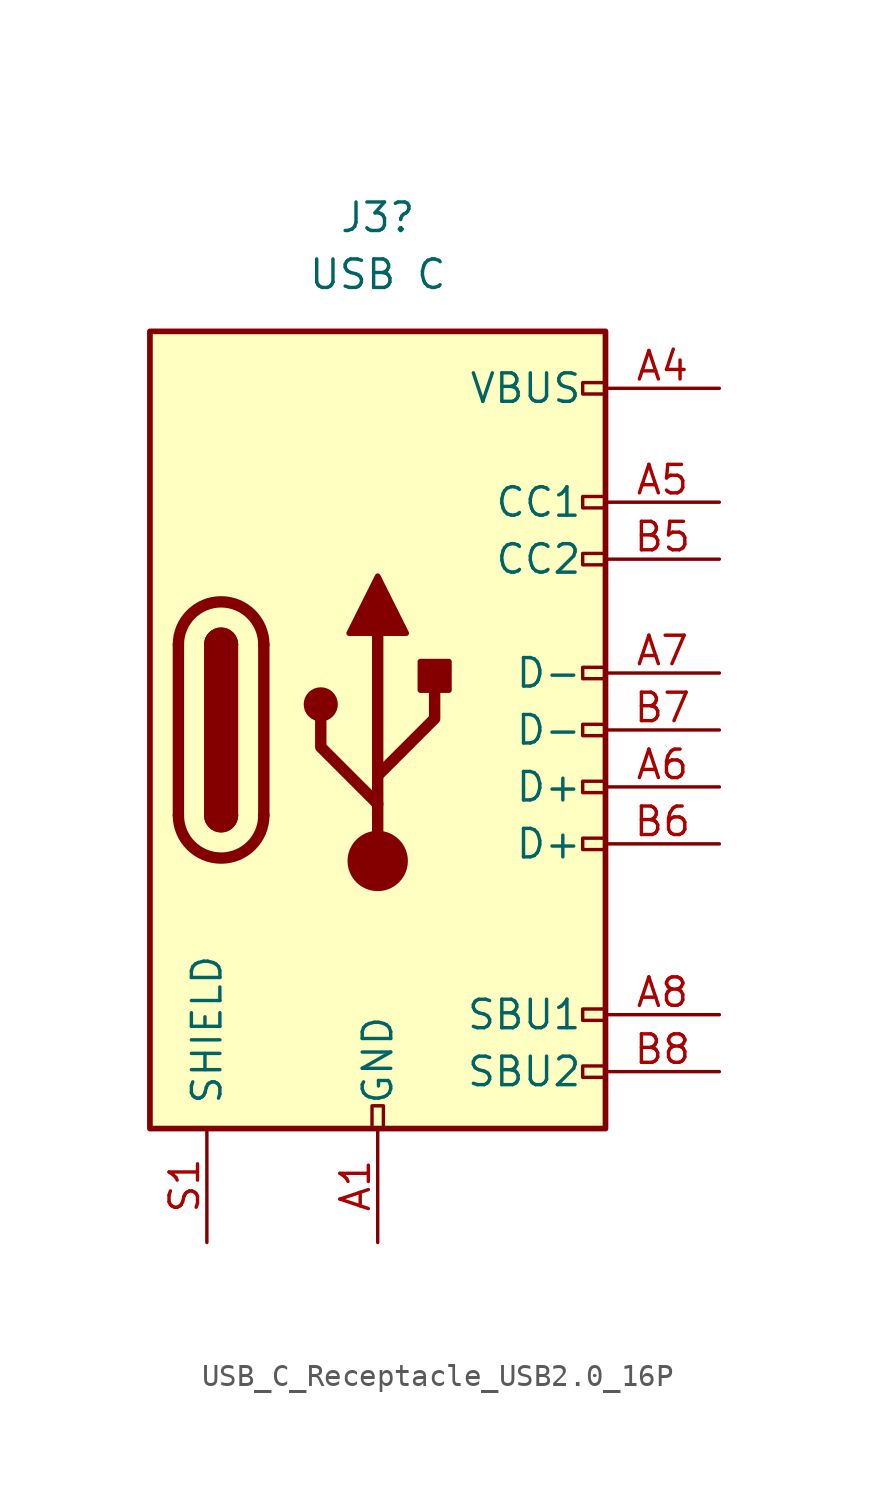
<source format=kicad_sym>
(kicad_symbol_lib
  (version 20241209)
  (generator "kicad_symbol_editor")
  (generator_version "9.0")
  (symbol "USB_C_Receptacle_USB2.0_16P"
    (pin_names
      (offset 1.016))
    (property "Reference" "J3"
      (at 0 22.86 0)
      (effects (font (size 1.27 1.27))))
    (property "Value" "USB C"
      (at 0 20.32 0)
      (effects (font (size 1.27 1.27))))
    (symbol "USB_C_Receptacle_USB2.0_16P_0_0"
      (rectangle (start -0.254 -17.78) (end 0.254 -16.764) (stroke (width 0) (type default)) (fill (type none)))
      (rectangle (start 10.16 15.494) (end 9.144 14.986) (stroke (width 0) (type default)) (fill (type none)))
      (rectangle (start 10.16 10.414) (end 9.144 9.906) (stroke (width 0) (type default)) (fill (type none)))
      (rectangle (start 10.16 7.874) (end 9.144 7.366) (stroke (width 0) (type default)) (fill (type none)))
      (rectangle (start 10.16 2.794) (end 9.144 2.286) (stroke (width 0) (type default)) (fill (type none)))
      (rectangle (start 10.16 0.254) (end 9.144 -0.254) (stroke (width 0) (type default)) (fill (type none)))
      (rectangle (start 10.16 -2.286) (end 9.144 -2.794) (stroke (width 0) (type default)) (fill (type none)))
      (rectangle (start 10.16 -4.826) (end 9.144 -5.334) (stroke (width 0) (type default)) (fill (type none)))
      (rectangle (start 10.16 -12.446) (end 9.144 -12.954) (stroke (width 0) (type default)) (fill (type none)))
      (rectangle (start 10.16 -14.986) (end 9.144 -15.494) (stroke (width 0) (type default)) (fill (type none))))
    (symbol "USB_C_Receptacle_USB2.0_16P_0_1"
      (rectangle (start -10.16 17.78) (end 10.16 -17.78) (stroke (width 0.254) (type default)) (fill (type background)))
      (polyline (pts (xy -8.89 -3.81) (xy -8.89 3.81)) (stroke (width 0.508) (type default)) (fill (type none)))
      (rectangle (start -7.62 -3.81) (end -6.35 3.81) (stroke (width 0.254) (type default)) (fill (type outline)))
      (arc (start -7.62 3.81) (mid -6.985 4.4423) (end -6.35 3.81) (stroke (width 0.254) (type default)) (fill (type none)))
      (arc (start -7.62 3.81) (mid -6.985 4.4423) (end -6.35 3.81) (stroke (width 0.254) (type default)) (fill (type outline)))
      (arc (start -8.89 3.81) (mid -6.985 5.7067) (end -5.08 3.81) (stroke (width 0.508) (type default)) (fill (type none)))
      (arc (start -5.08 -3.81) (mid -6.985 -5.7067) (end -8.89 -3.81) (stroke (width 0.508) (type default)) (fill (type none)))
      (arc (start -6.35 -3.81) (mid -6.985 -4.4423) (end -7.62 -3.81) (stroke (width 0.254) (type default)) (fill (type none)))
      (arc (start -6.35 -3.81) (mid -6.985 -4.4423) (end -7.62 -3.81) (stroke (width 0.254) (type default)) (fill (type outline)))
      (polyline (pts (xy -5.08 3.81) (xy -5.08 -3.81)) (stroke (width 0.508) (type default)) (fill (type none)))
      (circle (center -2.54 1.143) (radius 0.635) (stroke (width 0.254) (type default)) (fill (type outline)))
      (polyline (pts (xy -1.27 4.318) (xy 0 6.858) (xy 1.27 4.318) (xy -1.27 4.318)) (stroke (width 0.254) (type default)) (fill (type outline)))
      (polyline (pts (xy 0 -2.032) (xy 2.54 0.508) (xy 2.54 1.778)) (stroke (width 0.508) (type default)) (fill (type none)))
      (polyline (pts (xy 0 -3.302) (xy -2.54 -0.762) (xy -2.54 0.508)) (stroke (width 0.508) (type default)) (fill (type none)))
      (polyline (pts (xy 0 -5.842) (xy 0 4.318)) (stroke (width 0.508) (type default)) (fill (type none)))
      (circle (center 0 -5.842) (radius 1.27) (stroke (width 0) (type default)) (fill (type outline)))
      (rectangle (start 1.905 1.778) (end 3.175 3.048) (stroke (width 0.254) (type default)) (fill (type outline))))
    (symbol "USB_C_Receptacle_USB2.0_16P_1_1"
      (pin passive line (at -7.62 -22.86 90) (length 5.08) (name "SHIELD" (effects (font (size 1.27 1.27)))) (number "S1" (effects (font (size 1.27 1.27)))))
      (pin passive line (at 0 -22.86 90) (length 5.08) (name "GND" (effects (font (size 1.27 1.27)))) (number "A1" (effects (font (size 1.27 1.27)))))
      (pin passive line (at 0 -22.86 90) (length 5.08) (hide yes) (name "GND" (effects (font (size 1.27 1.27)))) (number "A12" (effects (font (size 1.27 1.27)))))
      (pin passive line (at 0 -22.86 90) (length 5.08) (hide yes) (name "GND" (effects (font (size 1.27 1.27)))) (number "B1" (effects (font (size 1.27 1.27)))))
      (pin passive line (at 0 -22.86 90) (length 5.08) (hide yes) (name "GND" (effects (font (size 1.27 1.27)))) (number "B12" (effects (font (size 1.27 1.27)))))
      (pin power_out line (at 15.24 15.24 180) (length 5.08) (name "VBUS" (effects (font (size 1.27 1.27)))) (number "A4" (effects (font (size 1.27 1.27)))))
      (pin passive line (at 15.24 15.24 180) (length 5.08) (hide yes) (name "VBUS" (effects (font (size 1.27 1.27)))) (number "A9" (effects (font (size 1.27 1.27)))))
      (pin passive line (at 15.24 15.24 180) (length 5.08) (hide yes) (name "VBUS" (effects (font (size 1.27 1.27)))) (number "B4" (effects (font (size 1.27 1.27)))))
      (pin passive line (at 15.24 15.24 180) (length 5.08) (hide yes) (name "VBUS" (effects (font (size 1.27 1.27)))) (number "B9" (effects (font (size 1.27 1.27)))))
      (pin bidirectional line (at 15.24 10.16 180) (length 5.08) (name "CC1" (effects (font (size 1.27 1.27)))) (number "A5" (effects (font (size 1.27 1.27)))))
      (pin bidirectional line (at 15.24 7.62 180) (length 5.08) (name "CC2" (effects (font (size 1.27 1.27)))) (number "B5" (effects (font (size 1.27 1.27)))))
      (pin bidirectional line (at 15.24 2.54 180) (length 5.08) (name "D-" (effects (font (size 1.27 1.27)))) (number "A7" (effects (font (size 1.27 1.27)))))
      (pin bidirectional line (at 15.24 0 180) (length 5.08) (name "D-" (effects (font (size 1.27 1.27)))) (number "B7" (effects (font (size 1.27 1.27)))))
      (pin bidirectional line (at 15.24 -2.54 180) (length 5.08) (name "D+" (effects (font (size 1.27 1.27)))) (number "A6" (effects (font (size 1.27 1.27)))))
      (pin bidirectional line (at 15.24 -5.08 180) (length 5.08) (name "D+" (effects (font (size 1.27 1.27)))) (number "B6" (effects (font (size 1.27 1.27)))))
      (pin bidirectional line (at 15.24 -12.7 180) (length 5.08) (name "SBU1" (effects (font (size 1.27 1.27)))) (number "A8" (effects (font (size 1.27 1.27)))))
      (pin bidirectional line (at 15.24 -15.24 180) (length 5.08) (name "SBU2" (effects (font (size 1.27 1.27)))) (number "B8" (effects (font (size 1.27 1.27))))))))
</source>
